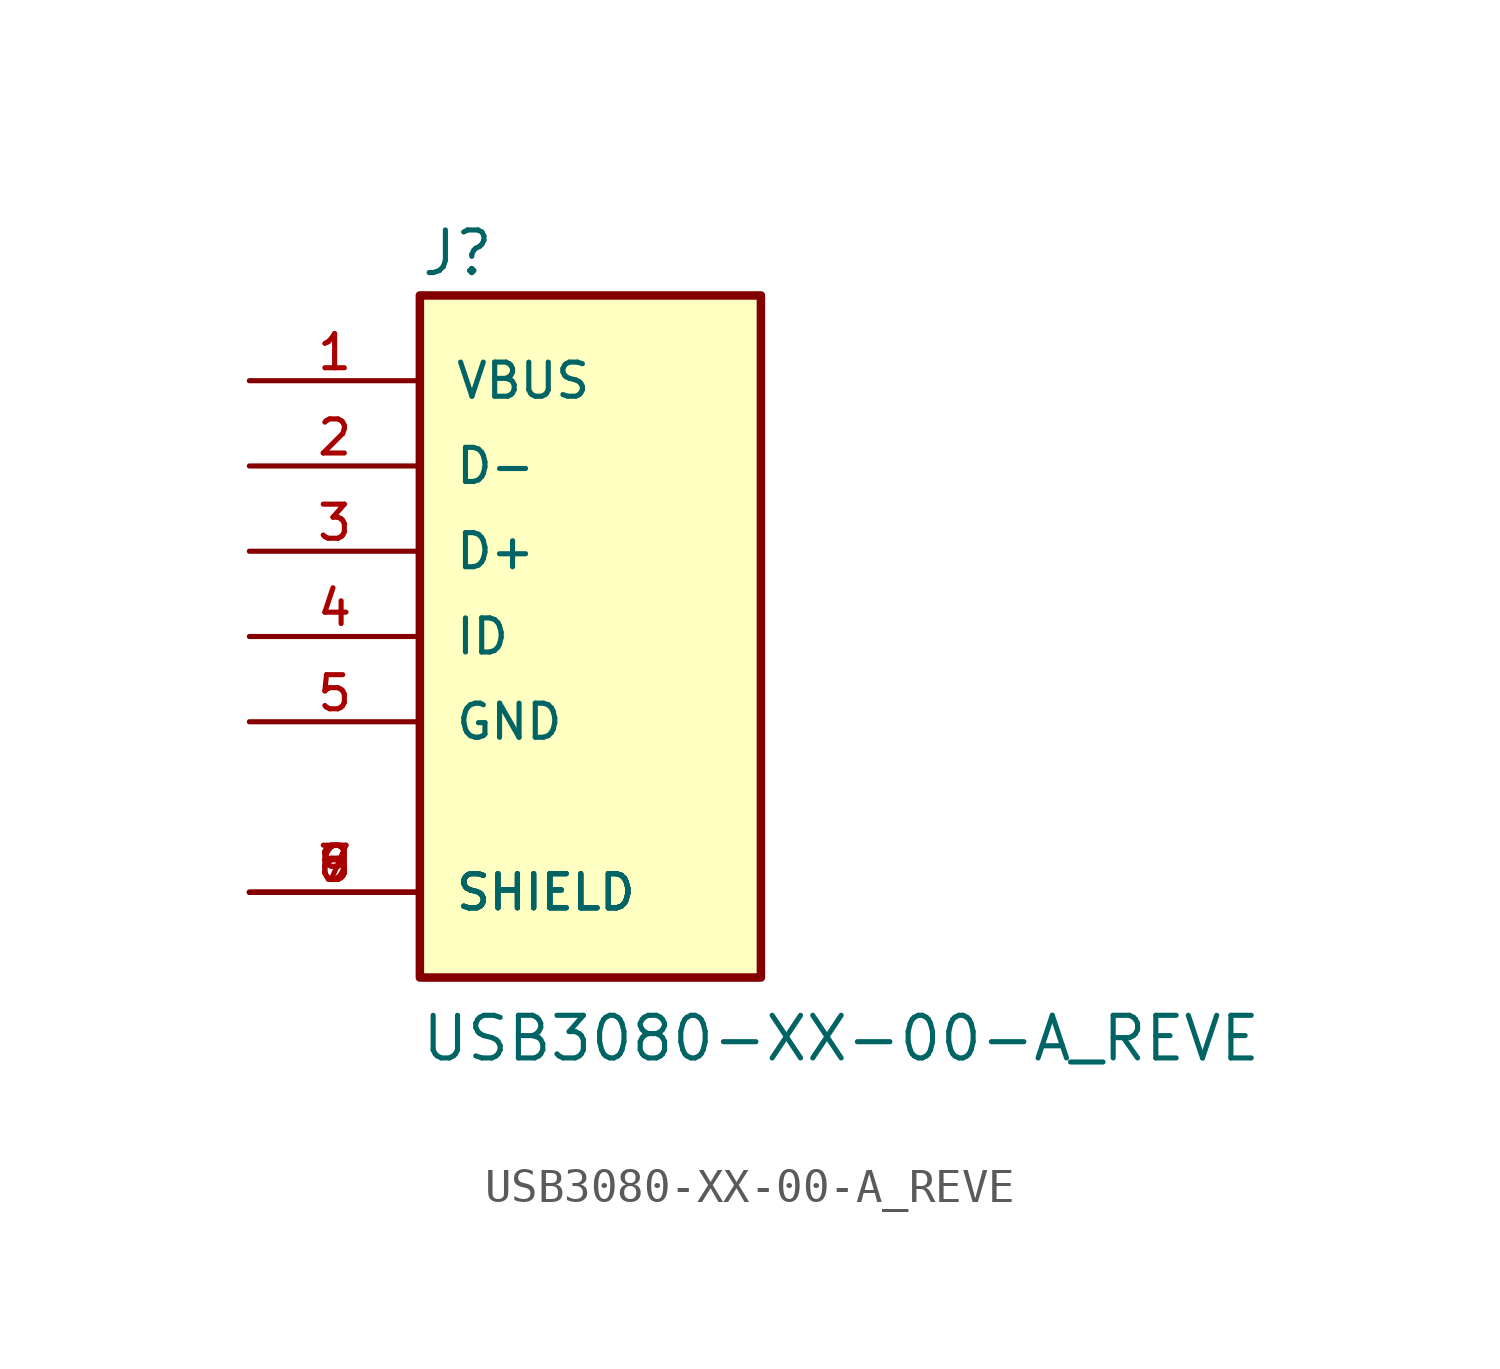
<source format=kicad_sym>
(kicad_symbol_lib
  (version 20211014)
  (generator kicad_symbol_editor)
  (symbol "USB3080-XX-00-A_REVE"
    (pin_names
      (offset 1.016))
    (property "Reference" "J"
      (at -5.085 10.678 0)
      (effects (font (size 1.27 1.27)) (justify bottom left)))
    (property "Value" "USB3080-XX-00-A_REVE"
      (at -5.087 -12.719 0)
      (effects (font (size 1.27 1.27)) (justify bottom left)))
    (symbol "USB3080-XX-00-A_REVE_0_0"
      (rectangle (start -5.08 -10.16) (end 5.08 10.16) (stroke (width 0.254)) (fill (type background)))
      (pin power_in line (at -10.16 7.62 0) (length 5.08) (name "VBUS" (effects (font (size 1.016 1.016)))) (number "1" (effects (font (size 1.016 1.016)))))
      (pin bidirectional line (at -10.16 5.08 0) (length 5.08) (name "D-" (effects (font (size 1.016 1.016)))) (number "2" (effects (font (size 1.016 1.016)))))
      (pin bidirectional line (at -10.16 2.54 0) (length 5.08) (name "D+" (effects (font (size 1.016 1.016)))) (number "3" (effects (font (size 1.016 1.016)))))
      (pin power_in line (at -10.16 -2.54 0) (length 5.08) (name "GND" (effects (font (size 1.016 1.016)))) (number "5" (effects (font (size 1.016 1.016)))))
      (pin power_in line (at -10.16 -7.62 0) (length 5.08) (name "SHIELD" (effects (font (size 1.016 1.016)))) (number "6" (effects (font (size 1.016 1.016)))))
      (pin power_in line (at -10.16 -7.62 0) (length 5.08) (name "SHIELD" (effects (font (size 1.016 1.016)))) (number "7" (effects (font (size 1.016 1.016)))))
      (pin power_in line (at -10.16 -7.62 0) (length 5.08) (name "SHIELD" (effects (font (size 1.016 1.016)))) (number "8" (effects (font (size 1.016 1.016)))))
      (pin power_in line (at -10.16 -7.62 0) (length 5.08) (name "SHIELD" (effects (font (size 1.016 1.016)))) (number "9" (effects (font (size 1.016 1.016)))))
      (pin bidirectional line (at -10.16 0.0 0) (length 5.08) (name "ID" (effects (font (size 1.016 1.016)))) (number "4" (effects (font (size 1.016 1.016))))))))
</source>
